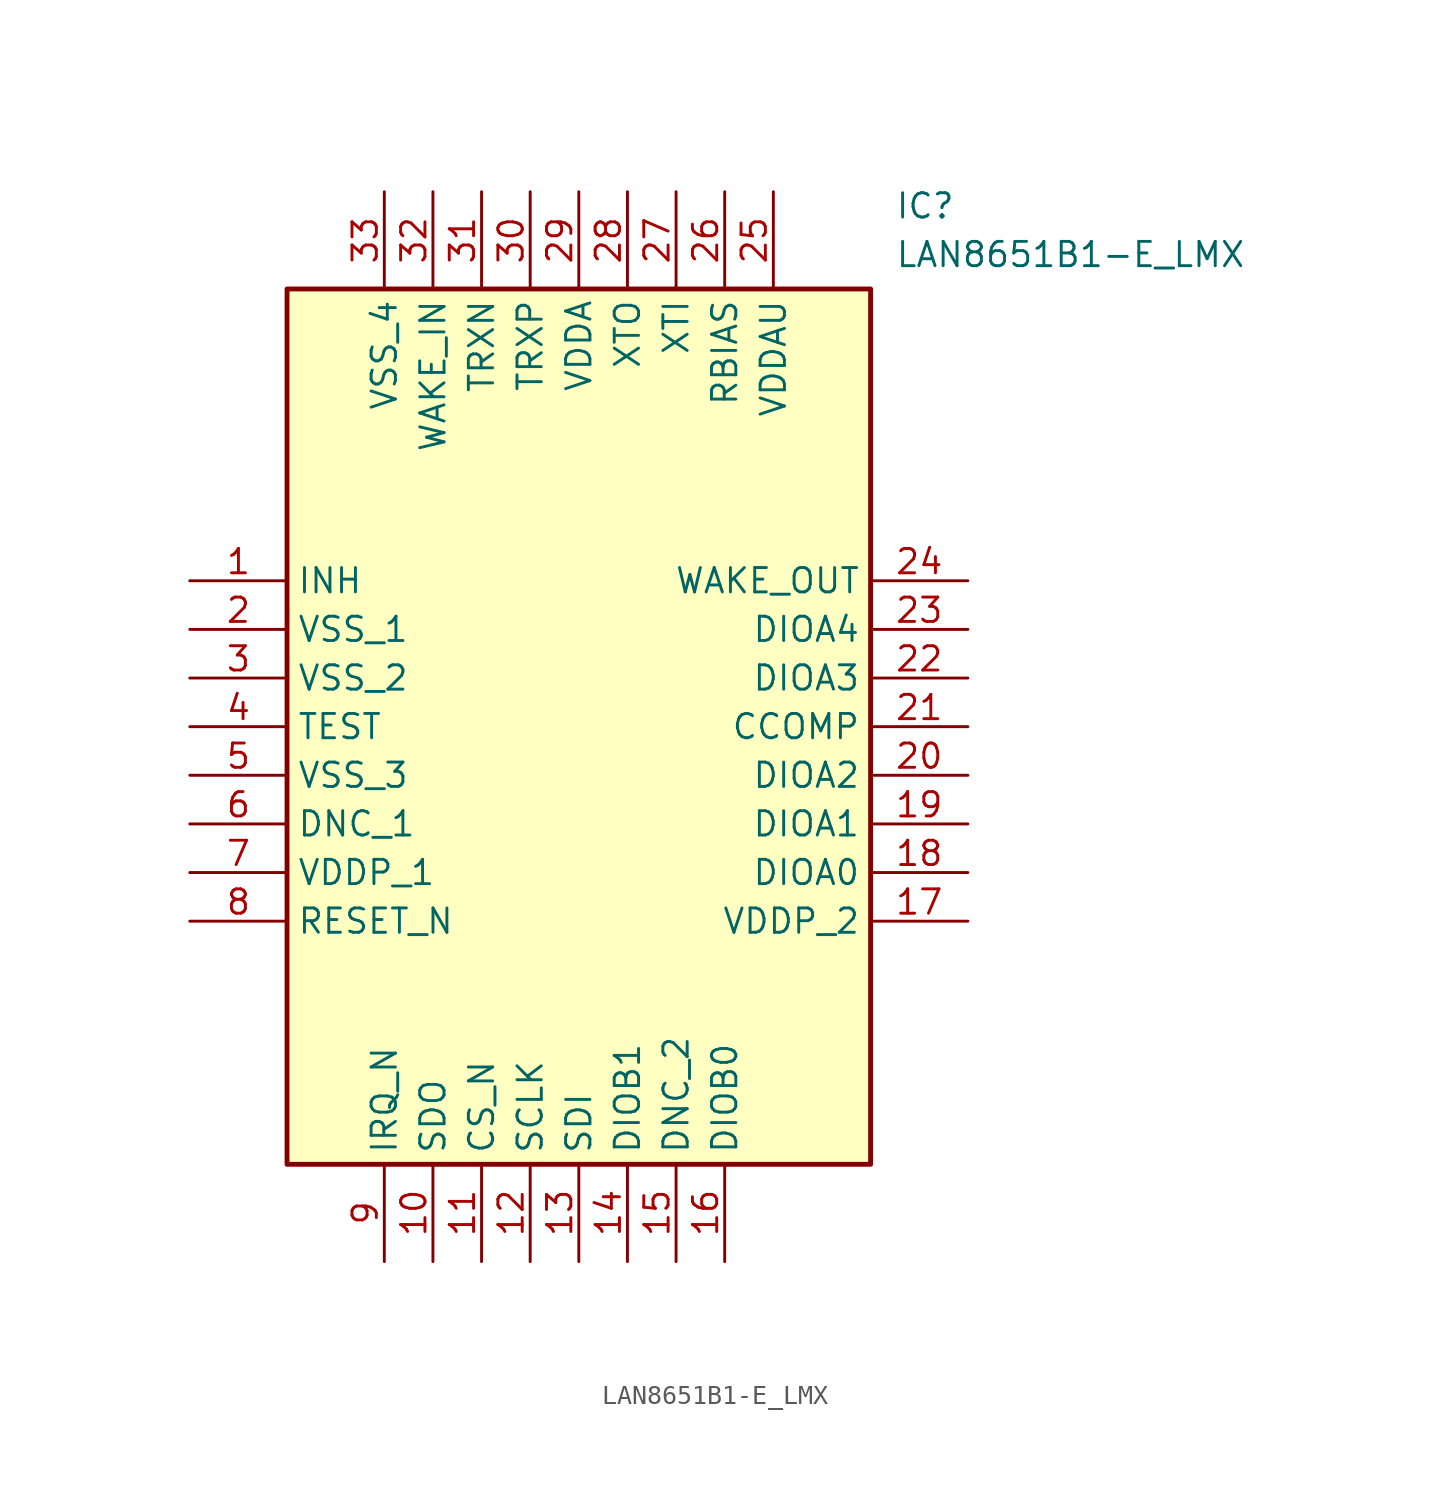
<source format=kicad_sym>
(kicad_symbol_lib
  (version 20211014)
  (generator SamacSys_ECAD_Model)
  (symbol "LAN8651B1-E_LMX"
    (property "Reference" "IC"
      (at 36.83 20.32 0)
      (effects (font (size 1.27 1.27)) (justify left top)))
    (property "Value" "LAN8651B1-E_LMX"
      (at 36.83 17.78 0)
      (effects (font (size 1.27 1.27)) (justify left top)))
    (rectangle
      (start 5.08 15.24)
      (end 35.56 -30.48)
      (stroke (width 0.254) (type default))
      (fill (type background)))
    (pin passive line
      (at 0 0 0)
      (length 5.08)
      (name "INH" (effects (font (size 1.27 1.27))))
      (number "1" (effects (font (size 1.27 1.27)))))
    (pin passive line
      (at 0 -2.54 0)
      (length 5.08)
      (name "VSS_1" (effects (font (size 1.27 1.27))))
      (number "2" (effects (font (size 1.27 1.27)))))
    (pin passive line
      (at 0 -5.08 0)
      (length 5.08)
      (name "VSS_2" (effects (font (size 1.27 1.27))))
      (number "3" (effects (font (size 1.27 1.27)))))
    (pin passive line
      (at 0 -7.62 0)
      (length 5.08)
      (name "TEST" (effects (font (size 1.27 1.27))))
      (number "4" (effects (font (size 1.27 1.27)))))
    (pin passive line
      (at 0 -10.16 0)
      (length 5.08)
      (name "VSS_3" (effects (font (size 1.27 1.27))))
      (number "5" (effects (font (size 1.27 1.27)))))
    (pin passive line
      (at 0 -12.7 0)
      (length 5.08)
      (name "DNC_1" (effects (font (size 1.27 1.27))))
      (number "6" (effects (font (size 1.27 1.27)))))
    (pin passive line
      (at 0 -15.24 0)
      (length 5.08)
      (name "VDDP_1" (effects (font (size 1.27 1.27))))
      (number "7" (effects (font (size 1.27 1.27)))))
    (pin passive line
      (at 0 -17.78 0)
      (length 5.08)
      (name "RESET_N" (effects (font (size 1.27 1.27))))
      (number "8" (effects (font (size 1.27 1.27)))))
    (pin passive line
      (at 10.16 -35.56 90)
      (length 5.08)
      (name "IRQ_N" (effects (font (size 1.27 1.27))))
      (number "9" (effects (font (size 1.27 1.27)))))
    (pin passive line
      (at 12.7 -35.56 90)
      (length 5.08)
      (name "SDO" (effects (font (size 1.27 1.27))))
      (number "10" (effects (font (size 1.27 1.27)))))
    (pin passive line
      (at 15.24 -35.56 90)
      (length 5.08)
      (name "CS_N" (effects (font (size 1.27 1.27))))
      (number "11" (effects (font (size 1.27 1.27)))))
    (pin passive line
      (at 17.78 -35.56 90)
      (length 5.08)
      (name "SCLK" (effects (font (size 1.27 1.27))))
      (number "12" (effects (font (size 1.27 1.27)))))
    (pin passive line
      (at 20.32 -35.56 90)
      (length 5.08)
      (name "SDI" (effects (font (size 1.27 1.27))))
      (number "13" (effects (font (size 1.27 1.27)))))
    (pin passive line
      (at 22.86 -35.56 90)
      (length 5.08)
      (name "DIOB1" (effects (font (size 1.27 1.27))))
      (number "14" (effects (font (size 1.27 1.27)))))
    (pin passive line
      (at 25.4 -35.56 90)
      (length 5.08)
      (name "DNC_2" (effects (font (size 1.27 1.27))))
      (number "15" (effects (font (size 1.27 1.27)))))
    (pin passive line
      (at 27.94 -35.56 90)
      (length 5.08)
      (name "DIOB0" (effects (font (size 1.27 1.27))))
      (number "16" (effects (font (size 1.27 1.27)))))
    (pin passive line
      (at 40.64 0 180)
      (length 5.08)
      (name "WAKE_OUT" (effects (font (size 1.27 1.27))))
      (number "24" (effects (font (size 1.27 1.27)))))
    (pin passive line
      (at 40.64 -2.54 180)
      (length 5.08)
      (name "DIOA4" (effects (font (size 1.27 1.27))))
      (number "23" (effects (font (size 1.27 1.27)))))
    (pin passive line
      (at 40.64 -5.08 180)
      (length 5.08)
      (name "DIOA3" (effects (font (size 1.27 1.27))))
      (number "22" (effects (font (size 1.27 1.27)))))
    (pin passive line
      (at 40.64 -7.62 180)
      (length 5.08)
      (name "CCOMP" (effects (font (size 1.27 1.27))))
      (number "21" (effects (font (size 1.27 1.27)))))
    (pin passive line
      (at 40.64 -10.16 180)
      (length 5.08)
      (name "DIOA2" (effects (font (size 1.27 1.27))))
      (number "20" (effects (font (size 1.27 1.27)))))
    (pin passive line
      (at 40.64 -12.7 180)
      (length 5.08)
      (name "DIOA1" (effects (font (size 1.27 1.27))))
      (number "19" (effects (font (size 1.27 1.27)))))
    (pin passive line
      (at 40.64 -15.24 180)
      (length 5.08)
      (name "DIOA0" (effects (font (size 1.27 1.27))))
      (number "18" (effects (font (size 1.27 1.27)))))
    (pin passive line
      (at 40.64 -17.78 180)
      (length 5.08)
      (name "VDDP_2" (effects (font (size 1.27 1.27))))
      (number "17" (effects (font (size 1.27 1.27)))))
    (pin passive line
      (at 10.16 20.32 270)
      (length 5.08)
      (name "VSS_4" (effects (font (size 1.27 1.27))))
      (number "33" (effects (font (size 1.27 1.27)))))
    (pin passive line
      (at 12.7 20.32 270)
      (length 5.08)
      (name "WAKE_IN" (effects (font (size 1.27 1.27))))
      (number "32" (effects (font (size 1.27 1.27)))))
    (pin passive line
      (at 15.24 20.32 270)
      (length 5.08)
      (name "TRXN" (effects (font (size 1.27 1.27))))
      (number "31" (effects (font (size 1.27 1.27)))))
    (pin passive line
      (at 17.78 20.32 270)
      (length 5.08)
      (name "TRXP" (effects (font (size 1.27 1.27))))
      (number "30" (effects (font (size 1.27 1.27)))))
    (pin passive line
      (at 20.32 20.32 270)
      (length 5.08)
      (name "VDDA" (effects (font (size 1.27 1.27))))
      (number "29" (effects (font (size 1.27 1.27)))))
    (pin passive line
      (at 22.86 20.32 270)
      (length 5.08)
      (name "XTO" (effects (font (size 1.27 1.27))))
      (number "28" (effects (font (size 1.27 1.27)))))
    (pin passive line
      (at 25.4 20.32 270)
      (length 5.08)
      (name "XTI" (effects (font (size 1.27 1.27))))
      (number "27" (effects (font (size 1.27 1.27)))))
    (pin passive line
      (at 27.94 20.32 270)
      (length 5.08)
      (name "RBIAS" (effects (font (size 1.27 1.27))))
      (number "26" (effects (font (size 1.27 1.27)))))
    (pin passive line
      (at 30.48 20.32 270)
      (length 5.08)
      (name "VDDAU" (effects (font (size 1.27 1.27))))
      (number "25" (effects (font (size 1.27 1.27)))))))
</source>
